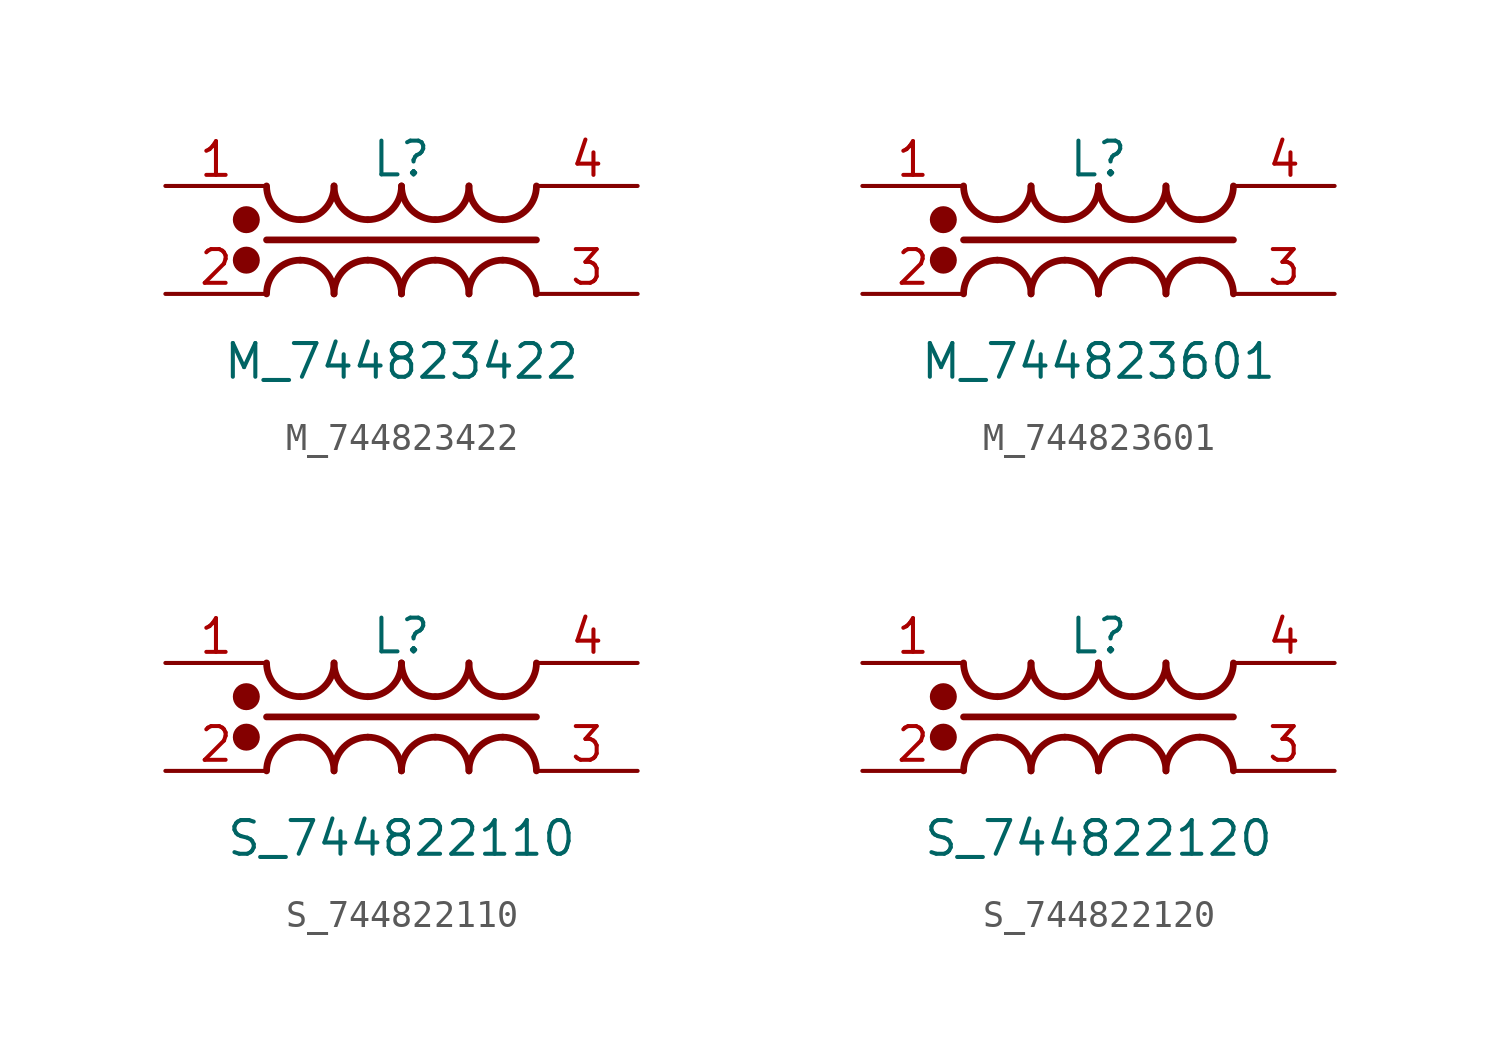
<source format=kicad_sym>
(kicad_symbol_lib
  (version 20211014)
  (generator kicad_symbol_editor)
  (symbol "Inductor_Wurth_WE-CMB:M_744823422"
    (pin_names hide)
    (property "Reference" "L"
      (at 0 5.08 0)
      (effects (font (size 1.27 1.27))))
    (property "Value" "M_744823422"
      (at 0 -2.54 0)
      (effects (font (size 1.27 1.27))))
    (symbol "M_744823422_0_1"
      (arc (start -5.08 4.064) (mid -4.708 3.166) (end -3.81 2.794) (stroke (width 0.254) (type default)) (fill (type none)))
      (arc (start -3.81 1.27) (mid -4.708 0.898) (end -5.08 0) (stroke (width 0.254) (type default)) (fill (type none)))
      (arc (start -3.81 2.794) (mid -2.912 3.166) (end -2.54 4.064) (stroke (width 0.254) (type default)) (fill (type none)))
      (arc (start -2.54 0) (mid -2.912 0.898) (end -3.81 1.27) (stroke (width 0.254) (type default)) (fill (type none)))
      (arc (start -2.5399 4.0639) (mid -2.1679 3.1659) (end -1.2699 2.7939) (stroke (width 0.254) (type default)) (fill (type none)))
      (arc (start -1.2699 1.2701) (mid -2.1679 0.8981) (end -2.5399 0.0001) (stroke (width 0.254) (type default)) (fill (type none)))
      (arc (start -1.2699 2.7939) (mid -0.3719 3.1659) (end 0.0001 4.0639) (stroke (width 0.254) (type default)) (fill (type none)))
      (arc (start 0.0001 0.0001) (mid -0.3719 0.8981) (end -1.2699 1.2701) (stroke (width 0.254) (type default)) (fill (type none)))
      (polyline (pts (xy -5.08 2.032) (xy 5.08 2.032)) (stroke (width 0.254) (type default)) (fill (type none)))
      (arc (start 0.0001 4.0639) (mid 0.3721 3.166) (end 1.2701 2.7939) (stroke (width 0.254) (type default)) (fill (type none)))
      (arc (start 1.2701 1.2701) (mid 0.3721 0.8981) (end 0.0001 0.0001) (stroke (width 0.254) (type default)) (fill (type none)))
      (arc (start 1.2701 2.7939) (mid 2.1681 3.1659) (end 2.5401 4.0639) (stroke (width 0.254) (type default)) (fill (type none)))
      (arc (start 2.5401 0.0001) (mid 2.1681 0.8981) (end 1.2701 1.2701) (stroke (width 0.254) (type default)) (fill (type none)))
      (arc (start 2.5401 4.0639) (mid 2.9121 3.166) (end 3.8101 2.7939) (stroke (width 0.254) (type default)) (fill (type none)))
      (arc (start 3.8101 1.2701) (mid 2.9121 0.8981) (end 2.5401 0.0001) (stroke (width 0.254) (type default)) (fill (type none)))
      (arc (start 3.8101 2.7939) (mid 4.7081 3.1659) (end 5.0801 4.0639) (stroke (width 0.254) (type default)) (fill (type none)))
      (arc (start 5.0801 0.0001) (mid 4.7081 0.8981) (end 3.8101 1.2701) (stroke (width 0.254) (type default)) (fill (type none))))
    (symbol "M_744823422_1_1"
      (circle (center -5.842 1.27) (radius 0.0001) (stroke (width 0.508) (type default)) (fill (type none)))
      (circle (center -5.842 2.794) (radius 0.0001) (stroke (width 0.508) (type default)) (fill (type none)))
      (pin passive line (at -8.89 4.064 0) (length 3.81) (name "1" (effects (font (size 1.27 1.27)))) (number "1" (effects (font (size 1.27 1.27)))))
      (pin passive line (at -8.89 0 0) (length 3.81) (name "2" (effects (font (size 1.27 1.27)))) (number "2" (effects (font (size 1.27 1.27)))))
      (pin passive line (at 8.89 0 180) (length 3.81) (name "3" (effects (font (size 1.27 1.27)))) (number "3" (effects (font (size 1.27 1.27)))))
      (pin passive line (at 8.89 4.064 180) (length 3.81) (name "4" (effects (font (size 1.27 1.27)))) (number "4" (effects (font (size 1.27 1.27)))))))
  (symbol "Inductor_Wurth_WE-CMB:M_744823601"
    (pin_names hide)
    (property "Reference" "L"
      (at 0 5.08 0)
      (effects (font (size 1.27 1.27))))
    (property "Value" "M_744823601"
      (at 0 -2.54 0)
      (effects (font (size 1.27 1.27))))
    (symbol "M_744823601_0_1"
      (arc (start -5.08 4.064) (mid -4.708 3.166) (end -3.81 2.794) (stroke (width 0.254) (type default)) (fill (type none)))
      (arc (start -3.81 1.27) (mid -4.708 0.898) (end -5.08 0) (stroke (width 0.254) (type default)) (fill (type none)))
      (arc (start -3.81 2.794) (mid -2.912 3.166) (end -2.54 4.064) (stroke (width 0.254) (type default)) (fill (type none)))
      (arc (start -2.54 0) (mid -2.912 0.898) (end -3.81 1.27) (stroke (width 0.254) (type default)) (fill (type none)))
      (arc (start -2.5399 4.0639) (mid -2.1679 3.1659) (end -1.2699 2.7939) (stroke (width 0.254) (type default)) (fill (type none)))
      (arc (start -1.2699 1.2701) (mid -2.1679 0.8981) (end -2.5399 0.0001) (stroke (width 0.254) (type default)) (fill (type none)))
      (arc (start -1.2699 2.7939) (mid -0.3719 3.1659) (end 0.0001 4.0639) (stroke (width 0.254) (type default)) (fill (type none)))
      (arc (start 0.0001 0.0001) (mid -0.3719 0.8981) (end -1.2699 1.2701) (stroke (width 0.254) (type default)) (fill (type none)))
      (polyline (pts (xy -5.08 2.032) (xy 5.08 2.032)) (stroke (width 0.254) (type default)) (fill (type none)))
      (arc (start 0.0001 4.0639) (mid 0.3721 3.166) (end 1.2701 2.7939) (stroke (width 0.254) (type default)) (fill (type none)))
      (arc (start 1.2701 1.2701) (mid 0.3721 0.8981) (end 0.0001 0.0001) (stroke (width 0.254) (type default)) (fill (type none)))
      (arc (start 1.2701 2.7939) (mid 2.1681 3.1659) (end 2.5401 4.0639) (stroke (width 0.254) (type default)) (fill (type none)))
      (arc (start 2.5401 0.0001) (mid 2.1681 0.8981) (end 1.2701 1.2701) (stroke (width 0.254) (type default)) (fill (type none)))
      (arc (start 2.5401 4.0639) (mid 2.9121 3.166) (end 3.8101 2.7939) (stroke (width 0.254) (type default)) (fill (type none)))
      (arc (start 3.8101 1.2701) (mid 2.9121 0.8981) (end 2.5401 0.0001) (stroke (width 0.254) (type default)) (fill (type none)))
      (arc (start 3.8101 2.7939) (mid 4.7081 3.1659) (end 5.0801 4.0639) (stroke (width 0.254) (type default)) (fill (type none)))
      (arc (start 5.0801 0.0001) (mid 4.7081 0.8981) (end 3.8101 1.2701) (stroke (width 0.254) (type default)) (fill (type none))))
    (symbol "M_744823601_1_1"
      (circle (center -5.842 1.27) (radius 0.0001) (stroke (width 0.508) (type default)) (fill (type none)))
      (circle (center -5.842 2.794) (radius 0.0001) (stroke (width 0.508) (type default)) (fill (type none)))
      (pin passive line (at -8.89 4.064 0) (length 3.81) (name "1" (effects (font (size 1.27 1.27)))) (number "1" (effects (font (size 1.27 1.27)))))
      (pin passive line (at -8.89 0 0) (length 3.81) (name "2" (effects (font (size 1.27 1.27)))) (number "2" (effects (font (size 1.27 1.27)))))
      (pin passive line (at 8.89 0 180) (length 3.81) (name "3" (effects (font (size 1.27 1.27)))) (number "3" (effects (font (size 1.27 1.27)))))
      (pin passive line (at 8.89 4.064 180) (length 3.81) (name "4" (effects (font (size 1.27 1.27)))) (number "4" (effects (font (size 1.27 1.27)))))))
  (symbol "Inductor_Wurth_WE-CMB:S_744822110"
    (pin_names hide)
    (property "Reference" "L"
      (at 0 5.08 0)
      (effects (font (size 1.27 1.27))))
    (property "Value" "S_744822110"
      (at 0 -2.54 0)
      (effects (font (size 1.27 1.27))))
    (symbol "S_744822110_0_1"
      (arc (start -5.08 4.064) (mid -4.708 3.166) (end -3.81 2.794) (stroke (width 0.254) (type default)) (fill (type none)))
      (arc (start -3.81 1.27) (mid -4.708 0.898) (end -5.08 0) (stroke (width 0.254) (type default)) (fill (type none)))
      (arc (start -3.81 2.794) (mid -2.912 3.166) (end -2.54 4.064) (stroke (width 0.254) (type default)) (fill (type none)))
      (arc (start -2.54 0) (mid -2.912 0.898) (end -3.81 1.27) (stroke (width 0.254) (type default)) (fill (type none)))
      (arc (start -2.5399 4.0639) (mid -2.1679 3.1659) (end -1.2699 2.7939) (stroke (width 0.254) (type default)) (fill (type none)))
      (arc (start -1.2699 1.2701) (mid -2.1679 0.8981) (end -2.5399 0.0001) (stroke (width 0.254) (type default)) (fill (type none)))
      (arc (start -1.2699 2.7939) (mid -0.3719 3.1659) (end 0.0001 4.0639) (stroke (width 0.254) (type default)) (fill (type none)))
      (arc (start 0.0001 0.0001) (mid -0.3719 0.8981) (end -1.2699 1.2701) (stroke (width 0.254) (type default)) (fill (type none)))
      (polyline (pts (xy -5.08 2.032) (xy 5.08 2.032)) (stroke (width 0.254) (type default)) (fill (type none)))
      (arc (start 0.0001 4.0639) (mid 0.3721 3.166) (end 1.2701 2.7939) (stroke (width 0.254) (type default)) (fill (type none)))
      (arc (start 1.2701 1.2701) (mid 0.3721 0.8981) (end 0.0001 0.0001) (stroke (width 0.254) (type default)) (fill (type none)))
      (arc (start 1.2701 2.7939) (mid 2.1681 3.1659) (end 2.5401 4.0639) (stroke (width 0.254) (type default)) (fill (type none)))
      (arc (start 2.5401 0.0001) (mid 2.1681 0.8981) (end 1.2701 1.2701) (stroke (width 0.254) (type default)) (fill (type none)))
      (arc (start 2.5401 4.0639) (mid 2.9121 3.166) (end 3.8101 2.7939) (stroke (width 0.254) (type default)) (fill (type none)))
      (arc (start 3.8101 1.2701) (mid 2.9121 0.8981) (end 2.5401 0.0001) (stroke (width 0.254) (type default)) (fill (type none)))
      (arc (start 3.8101 2.7939) (mid 4.7081 3.1659) (end 5.0801 4.0639) (stroke (width 0.254) (type default)) (fill (type none)))
      (arc (start 5.0801 0.0001) (mid 4.7081 0.8981) (end 3.8101 1.2701) (stroke (width 0.254) (type default)) (fill (type none))))
    (symbol "S_744822110_1_1"
      (circle (center -5.842 1.27) (radius 0.0001) (stroke (width 0.508) (type default)) (fill (type none)))
      (circle (center -5.842 2.794) (radius 0.0001) (stroke (width 0.508) (type default)) (fill (type none)))
      (pin passive line (at -8.89 4.064 0) (length 3.81) (name "1" (effects (font (size 1.27 1.27)))) (number "1" (effects (font (size 1.27 1.27)))))
      (pin passive line (at -8.89 0 0) (length 3.81) (name "2" (effects (font (size 1.27 1.27)))) (number "2" (effects (font (size 1.27 1.27)))))
      (pin passive line (at 8.89 0 180) (length 3.81) (name "3" (effects (font (size 1.27 1.27)))) (number "3" (effects (font (size 1.27 1.27)))))
      (pin passive line (at 8.89 4.064 180) (length 3.81) (name "4" (effects (font (size 1.27 1.27)))) (number "4" (effects (font (size 1.27 1.27)))))))
  (symbol "Inductor_Wurth_WE-CMB:S_744822120"
    (pin_names hide)
    (property "Reference" "L"
      (at 0 5.08 0)
      (effects (font (size 1.27 1.27))))
    (property "Value" "S_744822120"
      (at 0 -2.54 0)
      (effects (font (size 1.27 1.27))))
    (symbol "S_744822120_0_1"
      (arc (start -5.08 4.064) (mid -4.708 3.166) (end -3.81 2.794) (stroke (width 0.254) (type default)) (fill (type none)))
      (arc (start -3.81 1.27) (mid -4.708 0.898) (end -5.08 0) (stroke (width 0.254) (type default)) (fill (type none)))
      (arc (start -3.81 2.794) (mid -2.912 3.166) (end -2.54 4.064) (stroke (width 0.254) (type default)) (fill (type none)))
      (arc (start -2.54 0) (mid -2.912 0.898) (end -3.81 1.27) (stroke (width 0.254) (type default)) (fill (type none)))
      (arc (start -2.5399 4.0639) (mid -2.1679 3.1659) (end -1.2699 2.7939) (stroke (width 0.254) (type default)) (fill (type none)))
      (arc (start -1.2699 1.2701) (mid -2.1679 0.8981) (end -2.5399 0.0001) (stroke (width 0.254) (type default)) (fill (type none)))
      (arc (start -1.2699 2.7939) (mid -0.3719 3.1659) (end 0.0001 4.0639) (stroke (width 0.254) (type default)) (fill (type none)))
      (arc (start 0.0001 0.0001) (mid -0.3719 0.8981) (end -1.2699 1.2701) (stroke (width 0.254) (type default)) (fill (type none)))
      (polyline (pts (xy -5.08 2.032) (xy 5.08 2.032)) (stroke (width 0.254) (type default)) (fill (type none)))
      (arc (start 0.0001 4.0639) (mid 0.3721 3.166) (end 1.2701 2.7939) (stroke (width 0.254) (type default)) (fill (type none)))
      (arc (start 1.2701 1.2701) (mid 0.3721 0.8981) (end 0.0001 0.0001) (stroke (width 0.254) (type default)) (fill (type none)))
      (arc (start 1.2701 2.7939) (mid 2.1681 3.1659) (end 2.5401 4.0639) (stroke (width 0.254) (type default)) (fill (type none)))
      (arc (start 2.5401 0.0001) (mid 2.1681 0.8981) (end 1.2701 1.2701) (stroke (width 0.254) (type default)) (fill (type none)))
      (arc (start 2.5401 4.0639) (mid 2.9121 3.166) (end 3.8101 2.7939) (stroke (width 0.254) (type default)) (fill (type none)))
      (arc (start 3.8101 1.2701) (mid 2.9121 0.8981) (end 2.5401 0.0001) (stroke (width 0.254) (type default)) (fill (type none)))
      (arc (start 3.8101 2.7939) (mid 4.7081 3.1659) (end 5.0801 4.0639) (stroke (width 0.254) (type default)) (fill (type none)))
      (arc (start 5.0801 0.0001) (mid 4.7081 0.8981) (end 3.8101 1.2701) (stroke (width 0.254) (type default)) (fill (type none))))
    (symbol "S_744822120_1_1"
      (circle (center -5.842 1.27) (radius 0.0001) (stroke (width 0.508) (type default)) (fill (type none)))
      (circle (center -5.842 2.794) (radius 0.0001) (stroke (width 0.508) (type default)) (fill (type none)))
      (pin passive line (at -8.89 4.064 0) (length 3.81) (name "1" (effects (font (size 1.27 1.27)))) (number "1" (effects (font (size 1.27 1.27)))))
      (pin passive line (at -8.89 0 0) (length 3.81) (name "2" (effects (font (size 1.27 1.27)))) (number "2" (effects (font (size 1.27 1.27)))))
      (pin passive line (at 8.89 0 180) (length 3.81) (name "3" (effects (font (size 1.27 1.27)))) (number "3" (effects (font (size 1.27 1.27)))))
      (pin passive line (at 8.89 4.064 180) (length 3.81) (name "4" (effects (font (size 1.27 1.27)))) (number "4" (effects (font (size 1.27 1.27))))))))
</source>
